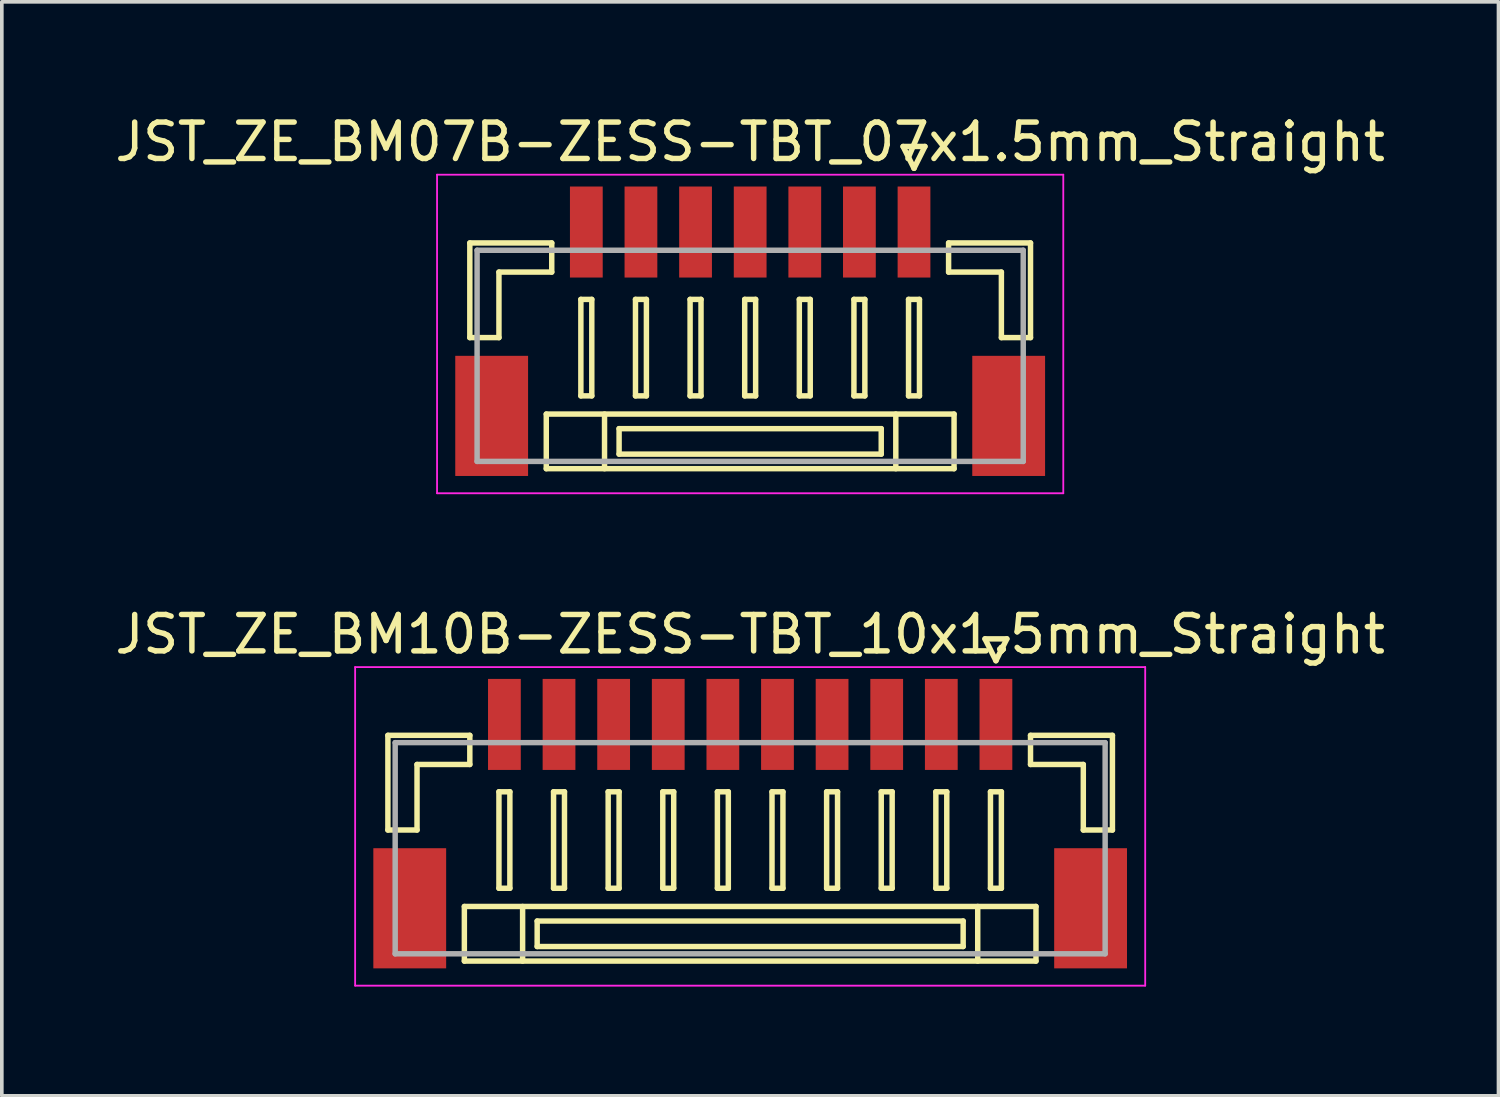
<source format=kicad_pcb>
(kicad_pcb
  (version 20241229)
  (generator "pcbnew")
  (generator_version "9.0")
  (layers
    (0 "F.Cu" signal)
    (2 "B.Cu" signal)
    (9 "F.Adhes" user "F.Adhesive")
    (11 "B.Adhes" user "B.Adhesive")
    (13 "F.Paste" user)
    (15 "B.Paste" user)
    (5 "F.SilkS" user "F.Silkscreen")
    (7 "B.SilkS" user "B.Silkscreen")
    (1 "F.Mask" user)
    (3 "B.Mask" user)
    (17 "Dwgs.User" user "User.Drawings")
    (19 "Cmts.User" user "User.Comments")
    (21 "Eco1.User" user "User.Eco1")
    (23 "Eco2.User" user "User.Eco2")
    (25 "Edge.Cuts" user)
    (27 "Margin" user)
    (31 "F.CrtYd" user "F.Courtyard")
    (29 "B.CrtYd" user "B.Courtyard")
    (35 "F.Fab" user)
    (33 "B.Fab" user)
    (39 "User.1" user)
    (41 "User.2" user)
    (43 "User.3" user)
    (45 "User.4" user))
  (footprint "JST_ZE_BM07B-ZESS-TBT_07x1.5mm_Straight"
    (layer "F.Cu")
    (at 17.554 5.848)
    (property "Reference" "JST_ZE_BM07B-ZESS-TBT_07x1.5mm_Straight" (at 0 -5 0) (layer "F.SilkS") (effects (font (size 1 1) (thickness 0.15))))
    (attr smd)
    (fp_line (start -7.7 -2.225) (end -7.7 0.375) (stroke (width 0.15) (type solid)) (layer "F.SilkS"))
    (fp_line (start -7.7 0.375) (end -6.9 0.375) (stroke (width 0.15) (type solid)) (layer "F.SilkS"))
    (fp_line (start -6.9 -1.425) (end -5.45 -1.425) (stroke (width 0.15) (type solid)) (layer "F.SilkS"))
    (fp_line (start -6.9 0.375) (end -6.9 -1.425) (stroke (width 0.15) (type solid)) (layer "F.SilkS"))
    (fp_line (start -5.6 2.475) (end -5.6 3.975) (stroke (width 0.15) (type solid)) (layer "F.SilkS"))
    (fp_line (start -5.6 3.975) (end 5.6 3.975) (stroke (width 0.15) (type solid)) (layer "F.SilkS"))
    (fp_line (start -5.45 -2.225) (end -7.7 -2.225) (stroke (width 0.15) (type solid)) (layer "F.SilkS"))
    (fp_line (start -5.45 -1.425) (end -5.45 -2.225) (stroke (width 0.15) (type solid)) (layer "F.SilkS"))
    (fp_line (start -4.65 -0.675) (end -4.65 1.975) (stroke (width 0.15) (type solid)) (layer "F.SilkS"))
    (fp_line (start -4.65 1.975) (end -4.35 1.975) (stroke (width 0.15) (type solid)) (layer "F.SilkS"))
    (fp_line (start -4.35 -0.675) (end -4.65 -0.675) (stroke (width 0.15) (type solid)) (layer "F.SilkS"))
    (fp_line (start -4.35 1.975) (end -4.35 -0.675) (stroke (width 0.15) (type solid)) (layer "F.SilkS"))
    (fp_line (start -4 2.475) (end -4 3.975) (stroke (width 0.15) (type solid)) (layer "F.SilkS"))
    (fp_line (start -3.6 2.875) (end -3.6 3.575) (stroke (width 0.15) (type solid)) (layer "F.SilkS"))
    (fp_line (start -3.6 3.575) (end 3.6 3.575) (stroke (width 0.15) (type solid)) (layer "F.SilkS"))
    (fp_line (start -3.15 -0.675) (end -3.15 1.975) (stroke (width 0.15) (type solid)) (layer "F.SilkS"))
    (fp_line (start -3.15 1.975) (end -2.85 1.975) (stroke (width 0.15) (type solid)) (layer "F.SilkS"))
    (fp_line (start -2.85 -0.675) (end -3.15 -0.675) (stroke (width 0.15) (type solid)) (layer "F.SilkS"))
    (fp_line (start -2.85 1.975) (end -2.85 -0.675) (stroke (width 0.15) (type solid)) (layer "F.SilkS"))
    (fp_line (start -1.65 -0.675) (end -1.65 1.975) (stroke (width 0.15) (type solid)) (layer "F.SilkS"))
    (fp_line (start -1.65 1.975) (end -1.35 1.975) (stroke (width 0.15) (type solid)) (layer "F.SilkS"))
    (fp_line (start -1.35 -0.675) (end -1.65 -0.675) (stroke (width 0.15) (type solid)) (layer "F.SilkS"))
    (fp_line (start -1.35 1.975) (end -1.35 -0.675) (stroke (width 0.15) (type solid)) (layer "F.SilkS"))
    (fp_line (start -0.15 -0.675) (end -0.15 1.975) (stroke (width 0.15) (type solid)) (layer "F.SilkS"))
    (fp_line (start -0.15 1.975) (end 0.15 1.975) (stroke (width 0.15) (type solid)) (layer "F.SilkS"))
    (fp_line (start 0.15 -0.675) (end -0.15 -0.675) (stroke (width 0.15) (type solid)) (layer "F.SilkS"))
    (fp_line (start 0.15 1.975) (end 0.15 -0.675) (stroke (width 0.15) (type solid)) (layer "F.SilkS"))
    (fp_line (start 1.35 -0.675) (end 1.35 1.975) (stroke (width 0.15) (type solid)) (layer "F.SilkS"))
    (fp_line (start 1.35 1.975) (end 1.65 1.975) (stroke (width 0.15) (type solid)) (layer "F.SilkS"))
    (fp_line (start 1.65 -0.675) (end 1.35 -0.675) (stroke (width 0.15) (type solid)) (layer "F.SilkS"))
    (fp_line (start 1.65 1.975) (end 1.65 -0.675) (stroke (width 0.15) (type solid)) (layer "F.SilkS"))
    (fp_line (start 2.85 -0.675) (end 2.85 1.975) (stroke (width 0.15) (type solid)) (layer "F.SilkS"))
    (fp_line (start 2.85 1.975) (end 3.15 1.975) (stroke (width 0.15) (type solid)) (layer "F.SilkS"))
    (fp_line (start 3.15 -0.675) (end 2.85 -0.675) (stroke (width 0.15) (type solid)) (layer "F.SilkS"))
    (fp_line (start 3.15 1.975) (end 3.15 -0.675) (stroke (width 0.15) (type solid)) (layer "F.SilkS"))
    (fp_line (start 3.6 2.875) (end -3.6 2.875) (stroke (width 0.15) (type solid)) (layer "F.SilkS"))
    (fp_line (start 3.6 3.575) (end 3.6 2.875) (stroke (width 0.15) (type solid)) (layer "F.SilkS"))
    (fp_line (start 4 2.475) (end 4 3.975) (stroke (width 0.15) (type solid)) (layer "F.SilkS"))
    (fp_line (start 4.2 -4.875) (end 4.5 -4.275) (stroke (width 0.15) (type solid)) (layer "F.SilkS"))
    (fp_line (start 4.35 -0.675) (end 4.35 1.975) (stroke (width 0.15) (type solid)) (layer "F.SilkS"))
    (fp_line (start 4.35 1.975) (end 4.65 1.975) (stroke (width 0.15) (type solid)) (layer "F.SilkS"))
    (fp_line (start 4.5 -4.275) (end 4.8 -4.875) (stroke (width 0.15) (type solid)) (layer "F.SilkS"))
    (fp_line (start 4.65 -0.675) (end 4.35 -0.675) (stroke (width 0.15) (type solid)) (layer "F.SilkS"))
    (fp_line (start 4.65 1.975) (end 4.65 -0.675) (stroke (width 0.15) (type solid)) (layer "F.SilkS"))
    (fp_line (start 4.8 -4.875) (end 4.2 -4.875) (stroke (width 0.15) (type solid)) (layer "F.SilkS"))
    (fp_line (start 5.45 -2.225) (end 7.7 -2.225) (stroke (width 0.15) (type solid)) (layer "F.SilkS"))
    (fp_line (start 5.45 -1.425) (end 5.45 -2.225) (stroke (width 0.15) (type solid)) (layer "F.SilkS"))
    (fp_line (start 5.6 2.475) (end -5.6 2.475) (stroke (width 0.15) (type solid)) (layer "F.SilkS"))
    (fp_line (start 5.6 3.975) (end 5.6 2.475) (stroke (width 0.15) (type solid)) (layer "F.SilkS"))
    (fp_line (start 6.9 -1.425) (end 5.45 -1.425) (stroke (width 0.15) (type solid)) (layer "F.SilkS"))
    (fp_line (start 6.9 0.375) (end 6.9 -1.425) (stroke (width 0.15) (type solid)) (layer "F.SilkS"))
    (fp_line (start 7.7 -2.225) (end 7.7 0.375) (stroke (width 0.15) (type solid)) (layer "F.SilkS"))
    (fp_line (start 7.7 0.375) (end 6.9 0.375) (stroke (width 0.15) (type solid)) (layer "F.SilkS"))
    (fp_line (start -8.6 -4.1) (end -8.6 4.65) (stroke (width 0.05) (type solid)) (layer "F.CrtYd"))
    (fp_line (start -8.6 4.65) (end 8.6 4.65) (stroke (width 0.05) (type solid)) (layer "F.CrtYd"))
    (fp_line (start 8.6 -4.1) (end -8.6 -4.1) (stroke (width 0.05) (type solid)) (layer "F.CrtYd"))
    (fp_line (start 8.6 4.65) (end 8.6 -4.1) (stroke (width 0.05) (type solid)) (layer "F.CrtYd"))
    (fp_line (start -7.5 -2.025) (end -7.5 3.775) (stroke (width 0.15) (type solid)) (layer "F.Fab"))
    (fp_line (start -7.5 3.775) (end 7.5 3.775) (stroke (width 0.15) (type solid)) (layer "F.Fab"))
    (fp_line (start 7.5 -2.025) (end -7.5 -2.025) (stroke (width 0.15) (type solid)) (layer "F.Fab"))
    (fp_line (start 7.5 3.775) (end 7.5 -2.025) (stroke (width 0.15) (type solid)) (layer "F.Fab"))
    (pad "" smd rect (at -7.1 2.525) (size 2 3.3) (layers "F.Cu" "F.Mask" "F.Paste"))
    (pad "" smd rect (at 7.1 2.525) (size 2 3.3) (layers "F.Cu" "F.Mask" "F.Paste"))
    (pad "1" smd rect (at 4.5 -2.525) (size 0.9 2.5) (layers "F.Cu" "F.Mask" "F.Paste"))
    (pad "2" smd rect (at 3 -2.525) (size 0.9 2.5) (layers "F.Cu" "F.Mask" "F.Paste"))
    (pad "3" smd rect (at 1.5 -2.525) (size 0.9 2.5) (layers "F.Cu" "F.Mask" "F.Paste"))
    (pad "4" smd rect (at 0 -2.525) (size 0.9 2.5) (layers "F.Cu" "F.Mask" "F.Paste"))
    (pad "5" smd rect (at -1.5 -2.525) (size 0.9 2.5) (layers "F.Cu" "F.Mask" "F.Paste"))
    (pad "6" smd rect (at -3 -2.525) (size 0.9 2.5) (layers "F.Cu" "F.Mask" "F.Paste"))
    (pad "7" smd rect (at -4.5 -2.525) (size 0.9 2.5) (layers "F.Cu" "F.Mask" "F.Paste")))
  (footprint "JST_ZE_BM10B-ZESS-TBT_10x1.5mm_Straight"
    (layer "F.Cu")
    (at 17.554 19.372)
    (property "Reference" "JST_ZE_BM10B-ZESS-TBT_10x1.5mm_Straight" (at 0 -5 0) (layer "F.SilkS") (effects (font (size 1 1) (thickness 0.15))))
    (attr smd)
    (fp_line (start -9.95 -2.225) (end -9.95 0.375) (stroke (width 0.15) (type solid)) (layer "F.SilkS"))
    (fp_line (start -9.95 0.375) (end -9.15 0.375) (stroke (width 0.15) (type solid)) (layer "F.SilkS"))
    (fp_line (start -9.15 -1.425) (end -7.7 -1.425) (stroke (width 0.15) (type solid)) (layer "F.SilkS"))
    (fp_line (start -9.15 0.375) (end -9.15 -1.425) (stroke (width 0.15) (type solid)) (layer "F.SilkS"))
    (fp_line (start -7.85 2.475) (end -7.85 3.975) (stroke (width 0.15) (type solid)) (layer "F.SilkS"))
    (fp_line (start -7.85 3.975) (end 7.85 3.975) (stroke (width 0.15) (type solid)) (layer "F.SilkS"))
    (fp_line (start -7.7 -2.225) (end -9.95 -2.225) (stroke (width 0.15) (type solid)) (layer "F.SilkS"))
    (fp_line (start -7.7 -1.425) (end -7.7 -2.225) (stroke (width 0.15) (type solid)) (layer "F.SilkS"))
    (fp_line (start -6.9 -0.675) (end -6.9 1.975) (stroke (width 0.15) (type solid)) (layer "F.SilkS"))
    (fp_line (start -6.9 1.975) (end -6.6 1.975) (stroke (width 0.15) (type solid)) (layer "F.SilkS"))
    (fp_line (start -6.6 -0.675) (end -6.9 -0.675) (stroke (width 0.15) (type solid)) (layer "F.SilkS"))
    (fp_line (start -6.6 1.975) (end -6.6 -0.675) (stroke (width 0.15) (type solid)) (layer "F.SilkS"))
    (fp_line (start -6.25 2.475) (end -6.25 3.975) (stroke (width 0.15) (type solid)) (layer "F.SilkS"))
    (fp_line (start -5.85 2.875) (end -5.85 3.575) (stroke (width 0.15) (type solid)) (layer "F.SilkS"))
    (fp_line (start -5.85 3.575) (end 5.85 3.575) (stroke (width 0.15) (type solid)) (layer "F.SilkS"))
    (fp_line (start -5.4 -0.675) (end -5.4 1.975) (stroke (width 0.15) (type solid)) (layer "F.SilkS"))
    (fp_line (start -5.4 1.975) (end -5.1 1.975) (stroke (width 0.15) (type solid)) (layer "F.SilkS"))
    (fp_line (start -5.1 -0.675) (end -5.4 -0.675) (stroke (width 0.15) (type solid)) (layer "F.SilkS"))
    (fp_line (start -5.1 1.975) (end -5.1 -0.675) (stroke (width 0.15) (type solid)) (layer "F.SilkS"))
    (fp_line (start -3.9 -0.675) (end -3.9 1.975) (stroke (width 0.15) (type solid)) (layer "F.SilkS"))
    (fp_line (start -3.9 1.975) (end -3.6 1.975) (stroke (width 0.15) (type solid)) (layer "F.SilkS"))
    (fp_line (start -3.6 -0.675) (end -3.9 -0.675) (stroke (width 0.15) (type solid)) (layer "F.SilkS"))
    (fp_line (start -3.6 1.975) (end -3.6 -0.675) (stroke (width 0.15) (type solid)) (layer "F.SilkS"))
    (fp_line (start -2.4 -0.675) (end -2.4 1.975) (stroke (width 0.15) (type solid)) (layer "F.SilkS"))
    (fp_line (start -2.4 1.975) (end -2.1 1.975) (stroke (width 0.15) (type solid)) (layer "F.SilkS"))
    (fp_line (start -2.1 -0.675) (end -2.4 -0.675) (stroke (width 0.15) (type solid)) (layer "F.SilkS"))
    (fp_line (start -2.1 1.975) (end -2.1 -0.675) (stroke (width 0.15) (type solid)) (layer "F.SilkS"))
    (fp_line (start -0.9 -0.675) (end -0.9 1.975) (stroke (width 0.15) (type solid)) (layer "F.SilkS"))
    (fp_line (start -0.9 1.975) (end -0.6 1.975) (stroke (width 0.15) (type solid)) (layer "F.SilkS"))
    (fp_line (start -0.6 -0.675) (end -0.9 -0.675) (stroke (width 0.15) (type solid)) (layer "F.SilkS"))
    (fp_line (start -0.6 1.975) (end -0.6 -0.675) (stroke (width 0.15) (type solid)) (layer "F.SilkS"))
    (fp_line (start 0.6 -0.675) (end 0.6 1.975) (stroke (width 0.15) (type solid)) (layer "F.SilkS"))
    (fp_line (start 0.6 1.975) (end 0.9 1.975) (stroke (width 0.15) (type solid)) (layer "F.SilkS"))
    (fp_line (start 0.9 -0.675) (end 0.6 -0.675) (stroke (width 0.15) (type solid)) (layer "F.SilkS"))
    (fp_line (start 0.9 1.975) (end 0.9 -0.675) (stroke (width 0.15) (type solid)) (layer "F.SilkS"))
    (fp_line (start 2.1 -0.675) (end 2.1 1.975) (stroke (width 0.15) (type solid)) (layer "F.SilkS"))
    (fp_line (start 2.1 1.975) (end 2.4 1.975) (stroke (width 0.15) (type solid)) (layer "F.SilkS"))
    (fp_line (start 2.4 -0.675) (end 2.1 -0.675) (stroke (width 0.15) (type solid)) (layer "F.SilkS"))
    (fp_line (start 2.4 1.975) (end 2.4 -0.675) (stroke (width 0.15) (type solid)) (layer "F.SilkS"))
    (fp_line (start 3.6 -0.675) (end 3.6 1.975) (stroke (width 0.15) (type solid)) (layer "F.SilkS"))
    (fp_line (start 3.6 1.975) (end 3.9 1.975) (stroke (width 0.15) (type solid)) (layer "F.SilkS"))
    (fp_line (start 3.9 -0.675) (end 3.6 -0.675) (stroke (width 0.15) (type solid)) (layer "F.SilkS"))
    (fp_line (start 3.9 1.975) (end 3.9 -0.675) (stroke (width 0.15) (type solid)) (layer "F.SilkS"))
    (fp_line (start 5.1 -0.675) (end 5.1 1.975) (stroke (width 0.15) (type solid)) (layer "F.SilkS"))
    (fp_line (start 5.1 1.975) (end 5.4 1.975) (stroke (width 0.15) (type solid)) (layer "F.SilkS"))
    (fp_line (start 5.4 -0.675) (end 5.1 -0.675) (stroke (width 0.15) (type solid)) (layer "F.SilkS"))
    (fp_line (start 5.4 1.975) (end 5.4 -0.675) (stroke (width 0.15) (type solid)) (layer "F.SilkS"))
    (fp_line (start 5.85 2.875) (end -5.85 2.875) (stroke (width 0.15) (type solid)) (layer "F.SilkS"))
    (fp_line (start 5.85 3.575) (end 5.85 2.875) (stroke (width 0.15) (type solid)) (layer "F.SilkS"))
    (fp_line (start 6.25 2.475) (end 6.25 3.975) (stroke (width 0.15) (type solid)) (layer "F.SilkS"))
    (fp_line (start 6.45 -4.875) (end 6.75 -4.275) (stroke (width 0.15) (type solid)) (layer "F.SilkS"))
    (fp_line (start 6.6 -0.675) (end 6.6 1.975) (stroke (width 0.15) (type solid)) (layer "F.SilkS"))
    (fp_line (start 6.6 1.975) (end 6.9 1.975) (stroke (width 0.15) (type solid)) (layer "F.SilkS"))
    (fp_line (start 6.75 -4.275) (end 7.05 -4.875) (stroke (width 0.15) (type solid)) (layer "F.SilkS"))
    (fp_line (start 6.9 -0.675) (end 6.6 -0.675) (stroke (width 0.15) (type solid)) (layer "F.SilkS"))
    (fp_line (start 6.9 1.975) (end 6.9 -0.675) (stroke (width 0.15) (type solid)) (layer "F.SilkS"))
    (fp_line (start 7.05 -4.875) (end 6.45 -4.875) (stroke (width 0.15) (type solid)) (layer "F.SilkS"))
    (fp_line (start 7.7 -2.225) (end 9.95 -2.225) (stroke (width 0.15) (type solid)) (layer "F.SilkS"))
    (fp_line (start 7.7 -1.425) (end 7.7 -2.225) (stroke (width 0.15) (type solid)) (layer "F.SilkS"))
    (fp_line (start 7.85 2.475) (end -7.85 2.475) (stroke (width 0.15) (type solid)) (layer "F.SilkS"))
    (fp_line (start 7.85 3.975) (end 7.85 2.475) (stroke (width 0.15) (type solid)) (layer "F.SilkS"))
    (fp_line (start 9.15 -1.425) (end 7.7 -1.425) (stroke (width 0.15) (type solid)) (layer "F.SilkS"))
    (fp_line (start 9.15 0.375) (end 9.15 -1.425) (stroke (width 0.15) (type solid)) (layer "F.SilkS"))
    (fp_line (start 9.95 -2.225) (end 9.95 0.375) (stroke (width 0.15) (type solid)) (layer "F.SilkS"))
    (fp_line (start 9.95 0.375) (end 9.15 0.375) (stroke (width 0.15) (type solid)) (layer "F.SilkS"))
    (fp_line (start -10.85 -4.1) (end -10.85 4.65) (stroke (width 0.05) (type solid)) (layer "F.CrtYd"))
    (fp_line (start -10.85 4.65) (end 10.85 4.65) (stroke (width 0.05) (type solid)) (layer "F.CrtYd"))
    (fp_line (start 10.85 -4.1) (end -10.85 -4.1) (stroke (width 0.05) (type solid)) (layer "F.CrtYd"))
    (fp_line (start 10.85 4.65) (end 10.85 -4.1) (stroke (width 0.05) (type solid)) (layer "F.CrtYd"))
    (fp_line (start -9.75 -2.025) (end -9.75 3.775) (stroke (width 0.15) (type solid)) (layer "F.Fab"))
    (fp_line (start -9.75 3.775) (end 9.75 3.775) (stroke (width 0.15) (type solid)) (layer "F.Fab"))
    (fp_line (start 9.75 -2.025) (end -9.75 -2.025) (stroke (width 0.15) (type solid)) (layer "F.Fab"))
    (fp_line (start 9.75 3.775) (end 9.75 -2.025) (stroke (width 0.15) (type solid)) (layer "F.Fab"))
    (pad "" smd rect (at -9.35 2.525) (size 2 3.3) (layers "F.Cu" "F.Mask" "F.Paste"))
    (pad "" smd rect (at 9.35 2.525) (size 2 3.3) (layers "F.Cu" "F.Mask" "F.Paste"))
    (pad "1" smd rect (at 6.75 -2.525) (size 0.9 2.5) (layers "F.Cu" "F.Mask" "F.Paste"))
    (pad "2" smd rect (at 5.25 -2.525) (size 0.9 2.5) (layers "F.Cu" "F.Mask" "F.Paste"))
    (pad "3" smd rect (at 3.75 -2.525) (size 0.9 2.5) (layers "F.Cu" "F.Mask" "F.Paste"))
    (pad "4" smd rect (at 2.25 -2.525) (size 0.9 2.5) (layers "F.Cu" "F.Mask" "F.Paste"))
    (pad "5" smd rect (at 0.75 -2.525) (size 0.9 2.5) (layers "F.Cu" "F.Mask" "F.Paste"))
    (pad "6" smd rect (at -0.75 -2.525) (size 0.9 2.5) (layers "F.Cu" "F.Mask" "F.Paste"))
    (pad "7" smd rect (at -2.25 -2.525) (size 0.9 2.5) (layers "F.Cu" "F.Mask" "F.Paste"))
    (pad "8" smd rect (at -3.75 -2.525) (size 0.9 2.5) (layers "F.Cu" "F.Mask" "F.Paste"))
    (pad "9" smd rect (at -5.25 -2.525) (size 0.9 2.5) (layers "F.Cu" "F.Mask" "F.Paste"))
    (pad "10" smd rect (at -6.75 -2.525) (size 0.9 2.5) (layers "F.Cu" "F.Mask" "F.Paste")))
  (gr_rect
    (start -3 -3)
    (end 38.107 27.047)
    (stroke (width 0.1) (type default))
    (fill no)
    (layer "Edge.Cuts")))
</source>
